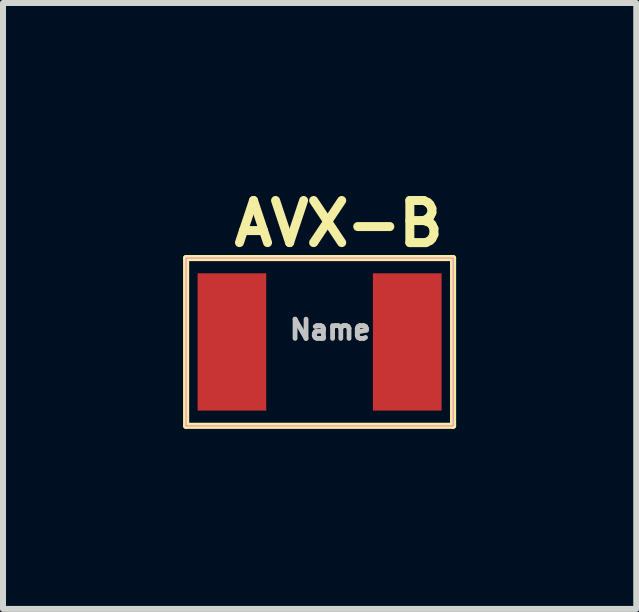
<source format=kicad_pcb>
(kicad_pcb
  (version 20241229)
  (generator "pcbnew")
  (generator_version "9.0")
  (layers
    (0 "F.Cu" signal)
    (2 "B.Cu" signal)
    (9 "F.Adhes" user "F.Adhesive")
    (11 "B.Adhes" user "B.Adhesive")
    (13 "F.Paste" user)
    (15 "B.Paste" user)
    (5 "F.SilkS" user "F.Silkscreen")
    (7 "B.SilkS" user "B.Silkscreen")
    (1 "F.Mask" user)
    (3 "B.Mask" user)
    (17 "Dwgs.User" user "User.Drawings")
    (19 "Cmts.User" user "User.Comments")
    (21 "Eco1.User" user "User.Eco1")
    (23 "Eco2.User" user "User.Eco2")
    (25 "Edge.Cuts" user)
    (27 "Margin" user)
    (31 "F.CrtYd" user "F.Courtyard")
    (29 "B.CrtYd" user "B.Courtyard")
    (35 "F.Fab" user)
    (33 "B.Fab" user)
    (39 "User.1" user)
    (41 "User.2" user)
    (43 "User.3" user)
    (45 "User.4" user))
  (footprint "AVX-B"
    (layer "F.Cu")
    (at 2.273 2.645)
    (property "Reference" "AVX-B" (at 0.318 -1.971 0) (layer "F.SilkS") (effects (font (size 0.701 0.701) (thickness 0.15))))
    (attr smd)
    (fp_line (start -2.223 -1.397) (end 2.223 -1.397) (stroke (width 0.102) (type solid)) (layer "F.SilkS"))
    (fp_line (start -2.223 1.397) (end -2.223 -1.397) (stroke (width 0.102) (type solid)) (layer "F.SilkS"))
    (fp_line (start 2.223 -1.397) (end 2.223 1.397) (stroke (width 0.102) (type solid)) (layer "F.SilkS"))
    (fp_line (start 2.223 1.397) (end -2.223 1.397) (stroke (width 0.102) (type solid)) (layer "F.SilkS"))
    (fp_poly (pts (xy -2.225 -1.397) (xy 2.223 -1.397) (xy 2.223 1.399) (xy -2.225 1.399)) (stroke (width 0.01) (type solid)) (fill no) (layer "F.CrtYd"))
    (fp_text user "Name" (at 0.178 -0.203 0) (layer "Dwgs.User") (effects (font (size 0.32 0.32) (thickness 0.15))))
    (pad "+" smd rect (at -1.46 0) (size 1.143 2.286) (layers "F.Cu" "F.Mask" "F.Paste"))
    (pad "-" smd rect (at 1.46 0 180) (size 1.143 2.286) (layers "F.Cu" "F.Mask" "F.Paste")))
  (gr_rect
    (start -3 -3)
    (end 7.547 7.092)
    (stroke (width 0.1) (type default))
    (fill no)
    (layer "Edge.Cuts")))
</source>
